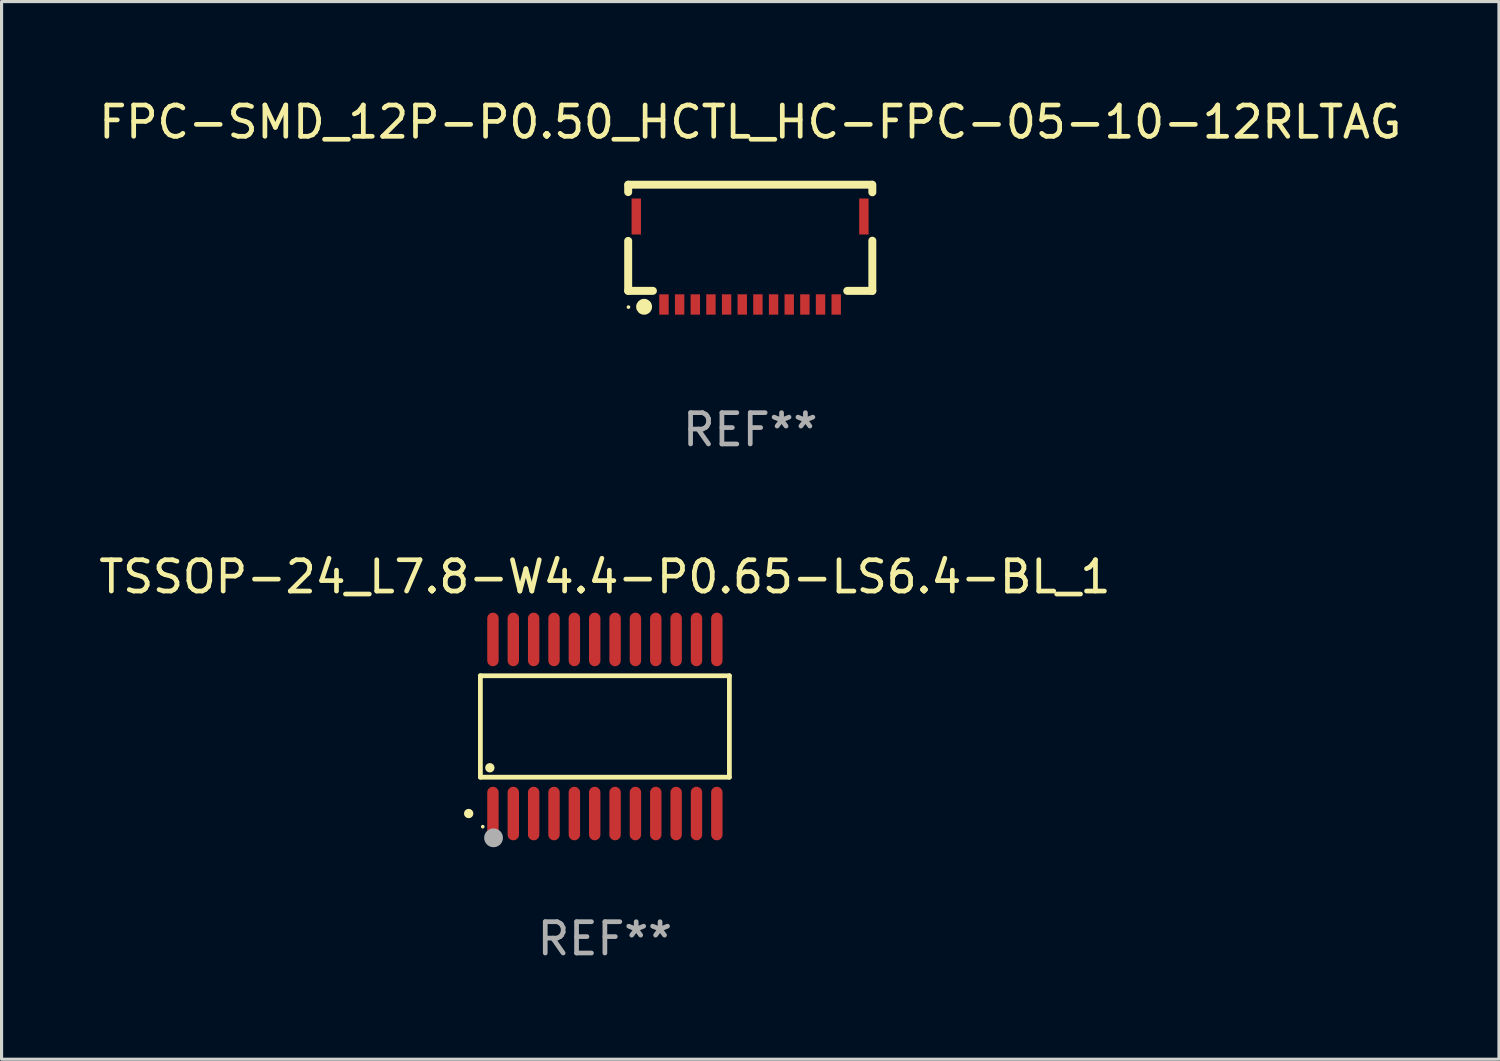
<source format=kicad_pcb>
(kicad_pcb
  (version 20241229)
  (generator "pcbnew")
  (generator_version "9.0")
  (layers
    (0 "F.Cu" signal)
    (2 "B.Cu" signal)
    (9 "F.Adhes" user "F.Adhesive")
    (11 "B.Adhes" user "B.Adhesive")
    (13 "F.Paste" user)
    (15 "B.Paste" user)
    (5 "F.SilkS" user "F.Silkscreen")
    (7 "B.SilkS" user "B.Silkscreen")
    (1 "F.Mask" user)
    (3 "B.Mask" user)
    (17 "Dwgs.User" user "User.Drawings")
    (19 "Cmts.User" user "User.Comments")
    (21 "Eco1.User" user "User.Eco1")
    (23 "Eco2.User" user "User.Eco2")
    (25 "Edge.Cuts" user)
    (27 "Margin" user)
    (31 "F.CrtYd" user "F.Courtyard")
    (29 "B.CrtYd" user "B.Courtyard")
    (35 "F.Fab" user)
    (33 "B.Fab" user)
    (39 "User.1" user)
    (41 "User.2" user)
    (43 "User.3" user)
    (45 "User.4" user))
  (footprint "TSSOP-24_L7.8-W4.4-P0.65-LS6.4-BL_1"
    (layer "F.Cu")
    (at 16.268 20.151)
    (property "Reference" "TSSOP-24_L7.8-W4.4-P0.65-LS6.4-BL_1" (at 0 -4.78 0) (layer "F.SilkS") (effects (font (size 1 1) (thickness 0.15))))
    (attr smd)
    (fp_line (start -3.976 -1.62) (end 3.976 -1.62) (stroke (width 0.152) (type solid)) (layer "F.SilkS"))
    (fp_line (start -3.976 1.62) (end -3.976 -1.62) (stroke (width 0.152) (type solid)) (layer "F.SilkS"))
    (fp_line (start 3.976 -1.62) (end 3.976 1.62) (stroke (width 0.152) (type solid)) (layer "F.SilkS"))
    (fp_line (start 3.976 1.62) (end -3.976 1.62) (stroke (width 0.152) (type solid)) (layer "F.SilkS"))
    (fp_circle (center -4.35 2.78) (end -4.275 2.78) (stroke (width 0.15) (type solid)) (fill no) (layer "F.SilkS"))
    (fp_circle (center -3.9 3.2) (end -3.87 3.2) (stroke (width 0.06) (type solid)) (fill no) (layer "F.SilkS"))
    (fp_circle (center -3.674 1.318) (end -3.599 1.318) (stroke (width 0.15) (type solid)) (fill no) (layer "F.SilkS"))
    (fp_circle (center -3.556 3.556) (end -3.406 3.556) (stroke (width 0.3) (type solid)) (fill no) (layer "F.Fab"))
    (fp_text user "REF**" (at 0 6.78 0) (layer "F.Fab") (effects (font (size 1 1) (thickness 0.15))))
    (pad "1" smd oval (at -3.575 2.78) (size 0.364 1.71) (layers "F.Cu" "F.Mask" "F.Paste"))
    (pad "2" smd oval (at -2.925 2.78) (size 0.364 1.71) (layers "F.Cu" "F.Mask" "F.Paste"))
    (pad "3" smd oval (at -2.275 2.78) (size 0.364 1.71) (layers "F.Cu" "F.Mask" "F.Paste"))
    (pad "4" smd oval (at -1.625 2.78) (size 0.364 1.71) (layers "F.Cu" "F.Mask" "F.Paste"))
    (pad "5" smd oval (at -0.975 2.78) (size 0.364 1.71) (layers "F.Cu" "F.Mask" "F.Paste"))
    (pad "6" smd oval (at -0.325 2.78) (size 0.364 1.71) (layers "F.Cu" "F.Mask" "F.Paste"))
    (pad "7" smd oval (at 0.325 2.78) (size 0.364 1.71) (layers "F.Cu" "F.Mask" "F.Paste"))
    (pad "8" smd oval (at 0.975 2.78) (size 0.364 1.71) (layers "F.Cu" "F.Mask" "F.Paste"))
    (pad "9" smd oval (at 1.625 2.78) (size 0.364 1.71) (layers "F.Cu" "F.Mask" "F.Paste"))
    (pad "10" smd oval (at 2.275 2.78) (size 0.364 1.71) (layers "F.Cu" "F.Mask" "F.Paste"))
    (pad "11" smd oval (at 2.925 2.78) (size 0.364 1.71) (layers "F.Cu" "F.Mask" "F.Paste"))
    (pad "12" smd oval (at 3.575 2.78) (size 0.364 1.71) (layers "F.Cu" "F.Mask" "F.Paste"))
    (pad "13" smd oval (at 3.575 -2.78) (size 0.364 1.71) (layers "F.Cu" "F.Mask" "F.Paste"))
    (pad "14" smd oval (at 2.925 -2.78) (size 0.364 1.71) (layers "F.Cu" "F.Mask" "F.Paste"))
    (pad "15" smd oval (at 2.275 -2.78) (size 0.364 1.71) (layers "F.Cu" "F.Mask" "F.Paste"))
    (pad "16" smd oval (at 1.625 -2.78) (size 0.364 1.71) (layers "F.Cu" "F.Mask" "F.Paste"))
    (pad "17" smd oval (at 0.975 -2.78) (size 0.364 1.71) (layers "F.Cu" "F.Mask" "F.Paste"))
    (pad "18" smd oval (at 0.325 -2.78) (size 0.364 1.71) (layers "F.Cu" "F.Mask" "F.Paste"))
    (pad "19" smd oval (at -0.325 -2.78) (size 0.364 1.71) (layers "F.Cu" "F.Mask" "F.Paste"))
    (pad "20" smd oval (at -0.975 -2.78) (size 0.364 1.71) (layers "F.Cu" "F.Mask" "F.Paste"))
    (pad "21" smd oval (at -1.625 -2.78) (size 0.364 1.71) (layers "F.Cu" "F.Mask" "F.Paste"))
    (pad "22" smd oval (at -2.275 -2.78) (size 0.364 1.71) (layers "F.Cu" "F.Mask" "F.Paste"))
    (pad "23" smd oval (at -2.925 -2.78) (size 0.364 1.71) (layers "F.Cu" "F.Mask" "F.Paste"))
    (pad "24" smd oval (at -3.575 -2.78) (size 0.364 1.71) (layers "F.Cu" "F.Mask" "F.Paste")))
  (footprint "FPC-SMD_12P-P0.50_HCTL_HC-FPC-05-10-12RLTAG"
    (layer "F.Cu")
    (at 20.905 5.269)
    (property "Reference" "FPC-SMD_12P-P0.50_HCTL_HC-FPC-05-10-12RLTAG" (at 0.005 -4.421 0) (layer "F.SilkS") (effects (font (size 1 1) (thickness 0.15))))
    (attr smd)
    (fp_line (start -3.893 -2.184) (end -3.893 -2.421) (stroke (width 0.254) (type solid)) (layer "F.SilkS"))
    (fp_line (start -3.893 0.97) (end -3.893 -0.626) (stroke (width 0.254) (type solid)) (layer "F.SilkS"))
    (fp_line (start -3.893 0.97) (end -3.103 0.97) (stroke (width 0.254) (type solid)) (layer "F.SilkS"))
    (fp_line (start -3.885 -2.421) (end 3.885 -2.421) (stroke (width 0.254) (type solid)) (layer "F.SilkS"))
    (fp_line (start 3.103 0.97) (end 3.904 0.97) (stroke (width 0.254) (type solid)) (layer "F.SilkS"))
    (fp_line (start 3.904 -2.178) (end 3.904 -2.421) (stroke (width 0.254) (type solid)) (layer "F.SilkS"))
    (fp_line (start 3.904 0.97) (end 3.904 -0.632) (stroke (width 0.254) (type solid)) (layer "F.SilkS"))
    (fp_circle (center -3.885 1.489) (end -3.855 1.489) (stroke (width 0.06) (type solid)) (fill no) (layer "F.SilkS"))
    (fp_circle (center -3.385 1.478) (end -3.258 1.478) (stroke (width 0.254) (type solid)) (fill no) (layer "F.SilkS"))
    (fp_text user "REF**" (at 0.005 5.405 0) (layer "F.Fab") (effects (font (size 1 1) (thickness 0.15))))
    (pad "1" smd rect (at -2.75 1.405) (size 0.3 0.65) (layers "F.Cu" "F.Mask" "F.Paste"))
    (pad "2" smd rect (at -2.25 1.405) (size 0.3 0.65) (layers "F.Cu" "F.Mask" "F.Paste"))
    (pad "3" smd rect (at -1.75 1.405) (size 0.3 0.65) (layers "F.Cu" "F.Mask" "F.Paste"))
    (pad "4" smd rect (at -1.25 1.405) (size 0.3 0.65) (layers "F.Cu" "F.Mask" "F.Paste"))
    (pad "5" smd rect (at -0.75 1.405) (size 0.3 0.65) (layers "F.Cu" "F.Mask" "F.Paste"))
    (pad "6" smd rect (at -0.25 1.405) (size 0.3 0.65) (layers "F.Cu" "F.Mask" "F.Paste"))
    (pad "7" smd rect (at 0.25 1.405) (size 0.3 0.65) (layers "F.Cu" "F.Mask" "F.Paste"))
    (pad "8" smd rect (at 0.75 1.405) (size 0.3 0.65) (layers "F.Cu" "F.Mask" "F.Paste"))
    (pad "9" smd rect (at 1.25 1.405) (size 0.3 0.65) (layers "F.Cu" "F.Mask" "F.Paste"))
    (pad "10" smd rect (at 1.75 1.405) (size 0.3 0.65) (layers "F.Cu" "F.Mask" "F.Paste"))
    (pad "11" smd rect (at 2.25 1.405) (size 0.3 0.65) (layers "F.Cu" "F.Mask" "F.Paste"))
    (pad "12" smd rect (at 2.75 1.405) (size 0.3 0.65) (layers "F.Cu" "F.Mask" "F.Paste"))
    (pad "13" smd rect (at 3.635 -1.405) (size 0.3 1.15) (layers "F.Cu" "F.Mask" "F.Paste"))
    (pad "14" smd rect (at -3.635 -1.405) (size 0.3 1.15) (layers "F.Cu" "F.Mask" "F.Paste")))
  (gr_rect
    (start -3 -3)
    (end 44.821 30.779)
    (stroke (width 0.1) (type default))
    (fill no)
    (layer "Edge.Cuts")))
</source>
